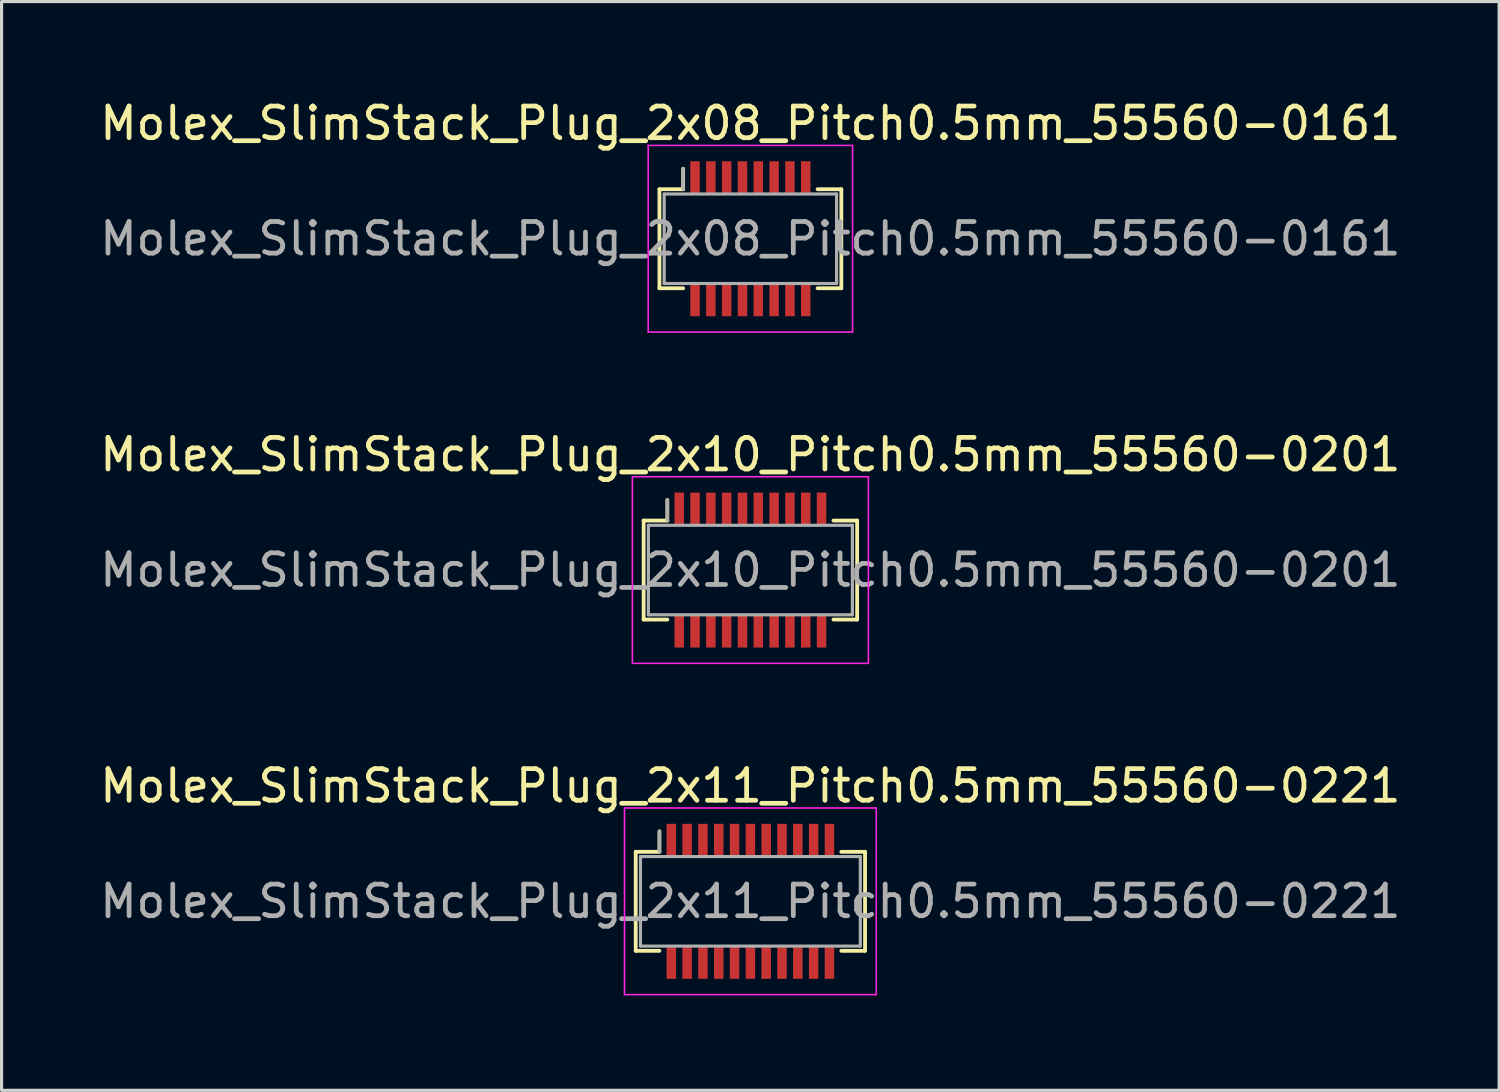
<source format=kicad_pcb>
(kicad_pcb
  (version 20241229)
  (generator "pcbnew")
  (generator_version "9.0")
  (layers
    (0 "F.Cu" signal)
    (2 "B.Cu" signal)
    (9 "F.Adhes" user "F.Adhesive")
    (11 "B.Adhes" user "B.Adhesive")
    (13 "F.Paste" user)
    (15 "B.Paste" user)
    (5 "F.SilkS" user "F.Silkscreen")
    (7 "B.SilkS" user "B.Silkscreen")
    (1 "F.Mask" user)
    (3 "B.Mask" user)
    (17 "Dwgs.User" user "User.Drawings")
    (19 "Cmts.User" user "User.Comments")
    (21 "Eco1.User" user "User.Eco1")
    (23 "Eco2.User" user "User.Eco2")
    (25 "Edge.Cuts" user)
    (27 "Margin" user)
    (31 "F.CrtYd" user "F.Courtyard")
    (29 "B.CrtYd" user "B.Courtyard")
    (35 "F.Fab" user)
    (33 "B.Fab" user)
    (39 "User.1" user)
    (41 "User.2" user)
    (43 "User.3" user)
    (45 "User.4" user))
  (footprint "Molex_SlimStack_Plug_2x08_Pitch0.5mm_55560-0161"
    (layer "F.Cu")
    (at 20.673 4.498)
    (property "Reference" "Molex_SlimStack_Plug_2x08_Pitch0.5mm_55560-0161" (at 0 -3.65 0) (layer "F.SilkS") (effects (font (size 1 1) (thickness 0.15))))
    (attr smd)
    (fp_line (start -2.875 -1.565) (end -2.125 -1.565) (stroke (width 0.12) (type solid)) (layer "F.SilkS"))
    (fp_line (start -2.875 1.565) (end -2.875 -1.565) (stroke (width 0.12) (type solid)) (layer "F.SilkS"))
    (fp_line (start -2.125 -1.565) (end -2.125 -2.215) (stroke (width 0.12) (type solid)) (layer "F.SilkS"))
    (fp_line (start -2.125 1.565) (end -2.875 1.565) (stroke (width 0.12) (type solid)) (layer "F.SilkS"))
    (fp_line (start 2.125 1.565) (end 2.875 1.565) (stroke (width 0.12) (type solid)) (layer "F.SilkS"))
    (fp_line (start 2.875 -1.565) (end 2.125 -1.565) (stroke (width 0.12) (type solid)) (layer "F.SilkS"))
    (fp_line (start 2.875 1.565) (end 2.875 -1.565) (stroke (width 0.12) (type solid)) (layer "F.SilkS"))
    (fp_line (start -3.23 -2.95) (end -3.23 2.95) (stroke (width 0.05) (type solid)) (layer "F.CrtYd"))
    (fp_line (start -3.23 2.95) (end 3.23 2.95) (stroke (width 0.05) (type solid)) (layer "F.CrtYd"))
    (fp_line (start 3.23 -2.95) (end -3.23 -2.95) (stroke (width 0.05) (type solid)) (layer "F.CrtYd"))
    (fp_line (start 3.23 2.95) (end 3.23 -2.95) (stroke (width 0.05) (type solid)) (layer "F.CrtYd"))
    (fp_line (start -2.725 -1.415) (end -2.725 1.415) (stroke (width 0.1) (type solid)) (layer "F.Fab"))
    (fp_line (start -2.725 1.415) (end 2.725 1.415) (stroke (width 0.1) (type solid)) (layer "F.Fab"))
    (fp_line (start -2.125 -1.565) (end -2.125 -2.215) (stroke (width 0.1) (type solid)) (layer "F.Fab"))
    (fp_line (start 2.725 -1.415) (end -2.725 -1.415) (stroke (width 0.1) (type solid)) (layer "F.Fab"))
    (fp_line (start 2.725 1.415) (end 2.725 -1.415) (stroke (width 0.1) (type solid)) (layer "F.Fab"))
    (fp_text user "${REFERENCE}" (at 0 0 0) (layer "F.Fab") (effects (font (size 1 1) (thickness 0.15))))
    (pad "1" smd rect (at -1.75 -1.95) (size 0.3 1) (layers "F.Cu" "F.Mask" "F.Paste"))
    (pad "2" smd rect (at -1.75 1.95) (size 0.3 1) (layers "F.Cu" "F.Mask" "F.Paste"))
    (pad "3" smd rect (at -1.25 -1.95) (size 0.3 1) (layers "F.Cu" "F.Mask" "F.Paste"))
    (pad "4" smd rect (at -1.25 1.95) (size 0.3 1) (layers "F.Cu" "F.Mask" "F.Paste"))
    (pad "5" smd rect (at -0.75 -1.95) (size 0.3 1) (layers "F.Cu" "F.Mask" "F.Paste"))
    (pad "6" smd rect (at -0.75 1.95) (size 0.3 1) (layers "F.Cu" "F.Mask" "F.Paste"))
    (pad "7" smd rect (at -0.25 -1.95) (size 0.3 1) (layers "F.Cu" "F.Mask" "F.Paste"))
    (pad "8" smd rect (at -0.25 1.95) (size 0.3 1) (layers "F.Cu" "F.Mask" "F.Paste"))
    (pad "9" smd rect (at 0.25 -1.95) (size 0.3 1) (layers "F.Cu" "F.Mask" "F.Paste"))
    (pad "10" smd rect (at 0.25 1.95) (size 0.3 1) (layers "F.Cu" "F.Mask" "F.Paste"))
    (pad "11" smd rect (at 0.75 -1.95) (size 0.3 1) (layers "F.Cu" "F.Mask" "F.Paste"))
    (pad "12" smd rect (at 0.75 1.95) (size 0.3 1) (layers "F.Cu" "F.Mask" "F.Paste"))
    (pad "13" smd rect (at 1.25 -1.95) (size 0.3 1) (layers "F.Cu" "F.Mask" "F.Paste"))
    (pad "14" smd rect (at 1.25 1.95) (size 0.3 1) (layers "F.Cu" "F.Mask" "F.Paste"))
    (pad "15" smd rect (at 1.75 -1.95) (size 0.3 1) (layers "F.Cu" "F.Mask" "F.Paste"))
    (pad "16" smd rect (at 1.75 1.95) (size 0.3 1) (layers "F.Cu" "F.Mask" "F.Paste")))
  (footprint "Molex_SlimStack_Plug_2x10_Pitch0.5mm_55560-0201"
    (layer "F.Cu")
    (at 20.673 14.972)
    (property "Reference" "Molex_SlimStack_Plug_2x10_Pitch0.5mm_55560-0201" (at 0 -3.65 0) (layer "F.SilkS") (effects (font (size 1 1) (thickness 0.15))))
    (attr smd)
    (fp_line (start -3.375 -1.565) (end -2.625 -1.565) (stroke (width 0.12) (type solid)) (layer "F.SilkS"))
    (fp_line (start -3.375 1.565) (end -3.375 -1.565) (stroke (width 0.12) (type solid)) (layer "F.SilkS"))
    (fp_line (start -2.625 -1.565) (end -2.625 -2.215) (stroke (width 0.12) (type solid)) (layer "F.SilkS"))
    (fp_line (start -2.625 1.565) (end -3.375 1.565) (stroke (width 0.12) (type solid)) (layer "F.SilkS"))
    (fp_line (start 2.625 1.565) (end 3.375 1.565) (stroke (width 0.12) (type solid)) (layer "F.SilkS"))
    (fp_line (start 3.375 -1.565) (end 2.625 -1.565) (stroke (width 0.12) (type solid)) (layer "F.SilkS"))
    (fp_line (start 3.375 1.565) (end 3.375 -1.565) (stroke (width 0.12) (type solid)) (layer "F.SilkS"))
    (fp_line (start -3.73 -2.95) (end -3.73 2.95) (stroke (width 0.05) (type solid)) (layer "F.CrtYd"))
    (fp_line (start -3.73 2.95) (end 3.73 2.95) (stroke (width 0.05) (type solid)) (layer "F.CrtYd"))
    (fp_line (start 3.73 -2.95) (end -3.73 -2.95) (stroke (width 0.05) (type solid)) (layer "F.CrtYd"))
    (fp_line (start 3.73 2.95) (end 3.73 -2.95) (stroke (width 0.05) (type solid)) (layer "F.CrtYd"))
    (fp_line (start -3.225 -1.415) (end -3.225 1.415) (stroke (width 0.1) (type solid)) (layer "F.Fab"))
    (fp_line (start -3.225 1.415) (end 3.225 1.415) (stroke (width 0.1) (type solid)) (layer "F.Fab"))
    (fp_line (start -2.625 -1.565) (end -2.625 -2.215) (stroke (width 0.1) (type solid)) (layer "F.Fab"))
    (fp_line (start 3.225 -1.415) (end -3.225 -1.415) (stroke (width 0.1) (type solid)) (layer "F.Fab"))
    (fp_line (start 3.225 1.415) (end 3.225 -1.415) (stroke (width 0.1) (type solid)) (layer "F.Fab"))
    (fp_text user "${REFERENCE}" (at 0 0 0) (layer "F.Fab") (effects (font (size 1 1) (thickness 0.15))))
    (pad "1" smd rect (at -2.25 -1.95) (size 0.3 1) (layers "F.Cu" "F.Mask" "F.Paste"))
    (pad "2" smd rect (at -2.25 1.95) (size 0.3 1) (layers "F.Cu" "F.Mask" "F.Paste"))
    (pad "3" smd rect (at -1.75 -1.95) (size 0.3 1) (layers "F.Cu" "F.Mask" "F.Paste"))
    (pad "4" smd rect (at -1.75 1.95) (size 0.3 1) (layers "F.Cu" "F.Mask" "F.Paste"))
    (pad "5" smd rect (at -1.25 -1.95) (size 0.3 1) (layers "F.Cu" "F.Mask" "F.Paste"))
    (pad "6" smd rect (at -1.25 1.95) (size 0.3 1) (layers "F.Cu" "F.Mask" "F.Paste"))
    (pad "7" smd rect (at -0.75 -1.95) (size 0.3 1) (layers "F.Cu" "F.Mask" "F.Paste"))
    (pad "8" smd rect (at -0.75 1.95) (size 0.3 1) (layers "F.Cu" "F.Mask" "F.Paste"))
    (pad "9" smd rect (at -0.25 -1.95) (size 0.3 1) (layers "F.Cu" "F.Mask" "F.Paste"))
    (pad "10" smd rect (at -0.25 1.95) (size 0.3 1) (layers "F.Cu" "F.Mask" "F.Paste"))
    (pad "11" smd rect (at 0.25 -1.95) (size 0.3 1) (layers "F.Cu" "F.Mask" "F.Paste"))
    (pad "12" smd rect (at 0.25 1.95) (size 0.3 1) (layers "F.Cu" "F.Mask" "F.Paste"))
    (pad "13" smd rect (at 0.75 -1.95) (size 0.3 1) (layers "F.Cu" "F.Mask" "F.Paste"))
    (pad "14" smd rect (at 0.75 1.95) (size 0.3 1) (layers "F.Cu" "F.Mask" "F.Paste"))
    (pad "15" smd rect (at 1.25 -1.95) (size 0.3 1) (layers "F.Cu" "F.Mask" "F.Paste"))
    (pad "16" smd rect (at 1.25 1.95) (size 0.3 1) (layers "F.Cu" "F.Mask" "F.Paste"))
    (pad "17" smd rect (at 1.75 -1.95) (size 0.3 1) (layers "F.Cu" "F.Mask" "F.Paste"))
    (pad "18" smd rect (at 1.75 1.95) (size 0.3 1) (layers "F.Cu" "F.Mask" "F.Paste"))
    (pad "19" smd rect (at 2.25 -1.95) (size 0.3 1) (layers "F.Cu" "F.Mask" "F.Paste"))
    (pad "20" smd rect (at 2.25 1.95) (size 0.3 1) (layers "F.Cu" "F.Mask" "F.Paste")))
  (footprint "Molex_SlimStack_Plug_2x11_Pitch0.5mm_55560-0221"
    (layer "F.Cu")
    (at 20.673 25.445)
    (property "Reference" "Molex_SlimStack_Plug_2x11_Pitch0.5mm_55560-0221" (at 0 -3.65 0) (layer "F.SilkS") (effects (font (size 1 1) (thickness 0.15))))
    (attr smd)
    (fp_line (start -3.625 -1.565) (end -2.875 -1.565) (stroke (width 0.12) (type solid)) (layer "F.SilkS"))
    (fp_line (start -3.625 1.565) (end -3.625 -1.565) (stroke (width 0.12) (type solid)) (layer "F.SilkS"))
    (fp_line (start -2.875 -1.565) (end -2.875 -2.215) (stroke (width 0.12) (type solid)) (layer "F.SilkS"))
    (fp_line (start -2.875 1.565) (end -3.625 1.565) (stroke (width 0.12) (type solid)) (layer "F.SilkS"))
    (fp_line (start 2.875 1.565) (end 3.625 1.565) (stroke (width 0.12) (type solid)) (layer "F.SilkS"))
    (fp_line (start 3.625 -1.565) (end 2.875 -1.565) (stroke (width 0.12) (type solid)) (layer "F.SilkS"))
    (fp_line (start 3.625 1.565) (end 3.625 -1.565) (stroke (width 0.12) (type solid)) (layer "F.SilkS"))
    (fp_line (start -3.98 -2.95) (end -3.98 2.95) (stroke (width 0.05) (type solid)) (layer "F.CrtYd"))
    (fp_line (start -3.98 2.95) (end 3.98 2.95) (stroke (width 0.05) (type solid)) (layer "F.CrtYd"))
    (fp_line (start 3.98 -2.95) (end -3.98 -2.95) (stroke (width 0.05) (type solid)) (layer "F.CrtYd"))
    (fp_line (start 3.98 2.95) (end 3.98 -2.95) (stroke (width 0.05) (type solid)) (layer "F.CrtYd"))
    (fp_line (start -3.475 -1.415) (end -3.475 1.415) (stroke (width 0.1) (type solid)) (layer "F.Fab"))
    (fp_line (start -3.475 1.415) (end 3.475 1.415) (stroke (width 0.1) (type solid)) (layer "F.Fab"))
    (fp_line (start -2.875 -1.565) (end -2.875 -2.215) (stroke (width 0.1) (type solid)) (layer "F.Fab"))
    (fp_line (start 3.475 -1.415) (end -3.475 -1.415) (stroke (width 0.1) (type solid)) (layer "F.Fab"))
    (fp_line (start 3.475 1.415) (end 3.475 -1.415) (stroke (width 0.1) (type solid)) (layer "F.Fab"))
    (fp_text user "${REFERENCE}" (at 0 0 0) (layer "F.Fab") (effects (font (size 1 1) (thickness 0.15))))
    (pad "1" smd rect (at -2.5 -1.95) (size 0.3 1) (layers "F.Cu" "F.Mask" "F.Paste"))
    (pad "2" smd rect (at -2.5 1.95) (size 0.3 1) (layers "F.Cu" "F.Mask" "F.Paste"))
    (pad "3" smd rect (at -2 -1.95) (size 0.3 1) (layers "F.Cu" "F.Mask" "F.Paste"))
    (pad "4" smd rect (at -2 1.95) (size 0.3 1) (layers "F.Cu" "F.Mask" "F.Paste"))
    (pad "5" smd rect (at -1.5 -1.95) (size 0.3 1) (layers "F.Cu" "F.Mask" "F.Paste"))
    (pad "6" smd rect (at -1.5 1.95) (size 0.3 1) (layers "F.Cu" "F.Mask" "F.Paste"))
    (pad "7" smd rect (at -1 -1.95) (size 0.3 1) (layers "F.Cu" "F.Mask" "F.Paste"))
    (pad "8" smd rect (at -1 1.95) (size 0.3 1) (layers "F.Cu" "F.Mask" "F.Paste"))
    (pad "9" smd rect (at -0.5 -1.95) (size 0.3 1) (layers "F.Cu" "F.Mask" "F.Paste"))
    (pad "10" smd rect (at -0.5 1.95) (size 0.3 1) (layers "F.Cu" "F.Mask" "F.Paste"))
    (pad "11" smd rect (at 0 -1.95) (size 0.3 1) (layers "F.Cu" "F.Mask" "F.Paste"))
    (pad "12" smd rect (at 0 1.95) (size 0.3 1) (layers "F.Cu" "F.Mask" "F.Paste"))
    (pad "13" smd rect (at 0.5 -1.95) (size 0.3 1) (layers "F.Cu" "F.Mask" "F.Paste"))
    (pad "14" smd rect (at 0.5 1.95) (size 0.3 1) (layers "F.Cu" "F.Mask" "F.Paste"))
    (pad "15" smd rect (at 1 -1.95) (size 0.3 1) (layers "F.Cu" "F.Mask" "F.Paste"))
    (pad "16" smd rect (at 1 1.95) (size 0.3 1) (layers "F.Cu" "F.Mask" "F.Paste"))
    (pad "17" smd rect (at 1.5 -1.95) (size 0.3 1) (layers "F.Cu" "F.Mask" "F.Paste"))
    (pad "18" smd rect (at 1.5 1.95) (size 0.3 1) (layers "F.Cu" "F.Mask" "F.Paste"))
    (pad "19" smd rect (at 2 -1.95) (size 0.3 1) (layers "F.Cu" "F.Mask" "F.Paste"))
    (pad "20" smd rect (at 2 1.95) (size 0.3 1) (layers "F.Cu" "F.Mask" "F.Paste"))
    (pad "21" smd rect (at 2.5 -1.95) (size 0.3 1) (layers "F.Cu" "F.Mask" "F.Paste"))
    (pad "22" smd rect (at 2.5 1.95) (size 0.3 1) (layers "F.Cu" "F.Mask" "F.Paste")))
  (gr_rect
    (start -3 -3)
    (end 44.345 31.42)
    (stroke (width 0.1) (type default))
    (fill no)
    (layer "Edge.Cuts")))
</source>
